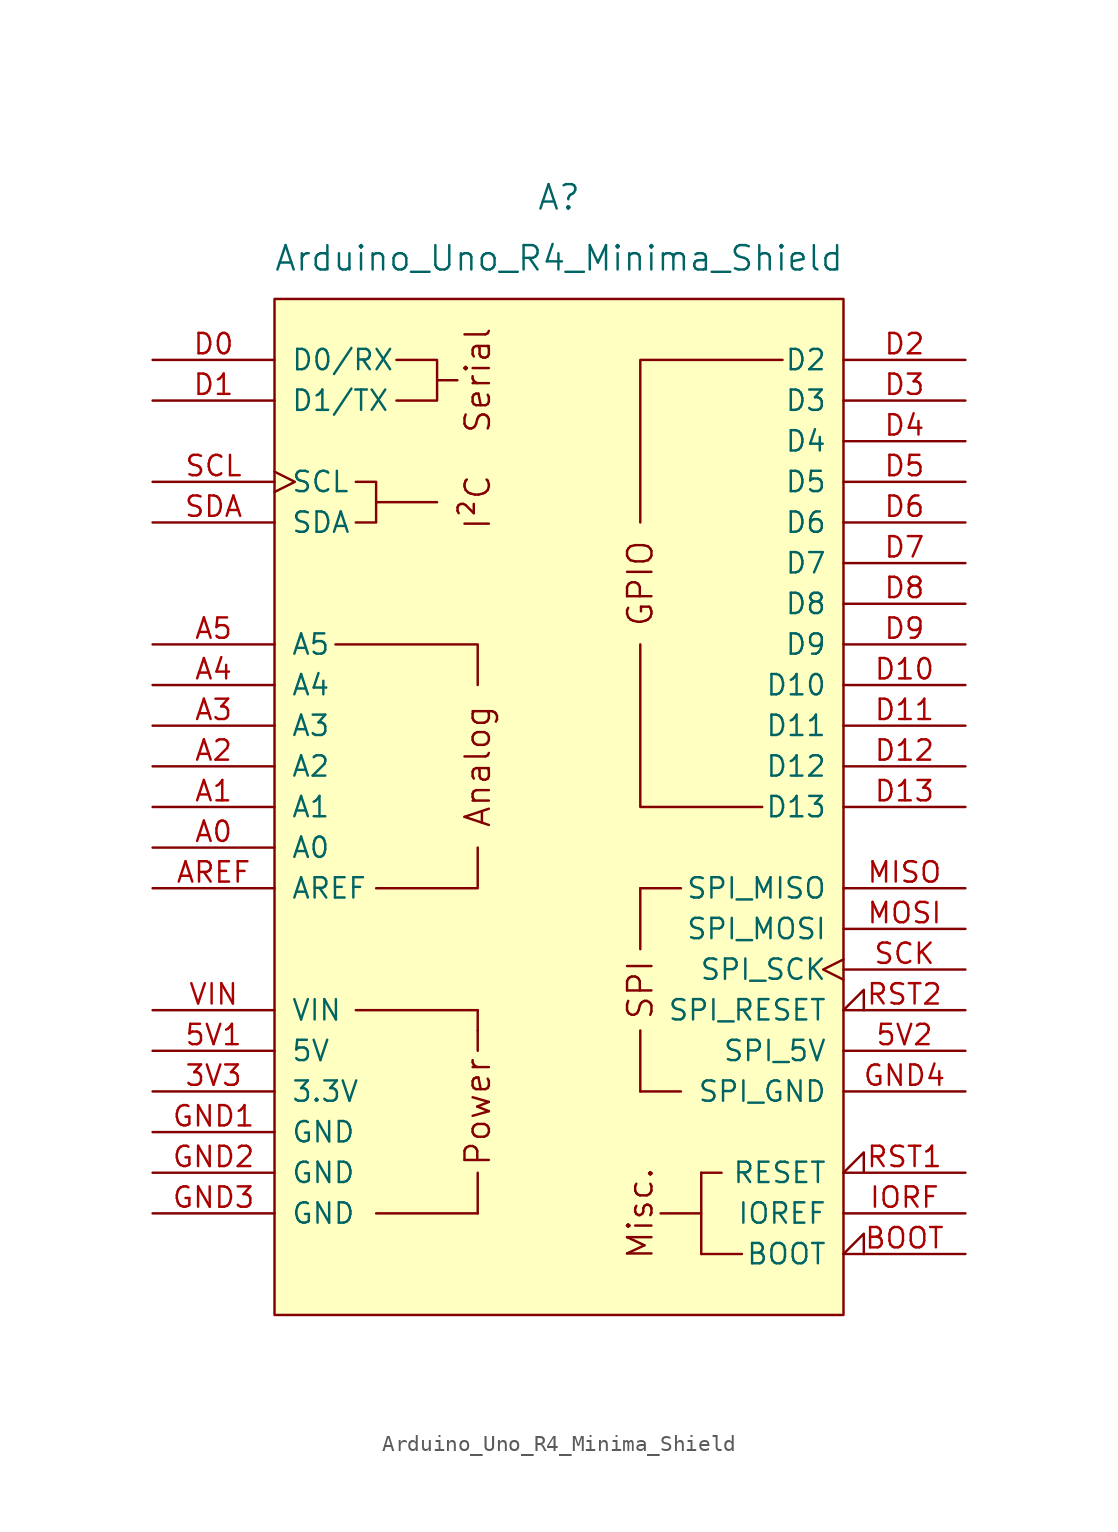
<source format=kicad_sym>
(kicad_symbol_lib
  (version 20231120)
  (generator "kicad_symbol_editor")
  (generator_version "8.0")
  (symbol "Arduino_Uno_R4_Minima_Shield"
    (pin_names
      (offset 1.016))
    (property "Reference" "A"
      (at 0 38.1 0)
      (effects (font (size 1.524 1.524))))
    (property "Value" "Arduino_Uno_R4_Minima_Shield"
      (at 0 34.29 0)
      (effects (font (size 1.524 1.524))))
    (symbol "Arduino_Uno_R4_Minima_Shield_0_0"
      (rectangle (start -17.78 31.75) (end 17.78 -31.75) (stroke (width 0) (type default)) (fill (type background)))
      (rectangle (start -12.7 -12.7) (end -5.08 -12.7) (stroke (width 0) (type default)) (fill (type none)))
      (rectangle (start -11.43 -25.4) (end -5.08 -25.4) (stroke (width 0) (type default)) (fill (type none)))
      (polyline (pts (xy -11.43 19.05) (xy -7.62 19.05)) (stroke (width 0) (type default)) (fill (type none)))
      (polyline (pts (xy -7.62 26.67) (xy -6.35 26.67)) (stroke (width 0) (type default)) (fill (type none)))
      (polyline (pts (xy -5.08 -25.4) (xy -5.08 -22.86)) (stroke (width 0) (type default)) (fill (type none)))
      (polyline (pts (xy -5.08 -13.97) (xy -5.08 -15.24)) (stroke (width 0) (type default)) (fill (type none)))
      (polyline (pts (xy -5.08 -12.7) (xy -5.08 -13.97)) (stroke (width 0) (type default)) (fill (type none)))
      (polyline (pts (xy -5.08 -2.54) (xy -5.08 -5.08) (xy -11.43 -5.08)) (stroke (width 0) (type default)) (fill (type none)))
      (polyline (pts (xy -5.08 7.62) (xy -5.08 10.16) (xy -13.97 10.16)) (stroke (width 0) (type default)) (fill (type none)))
      (polyline (pts (xy 5.08 10.16) (xy 5.08 0) (xy 12.7 0)) (stroke (width 0) (type default)) (fill (type none)))
      (polyline (pts (xy 5.08 17.78) (xy 5.08 27.94) (xy 13.97 27.94)) (stroke (width 0) (type default)) (fill (type none)))
      (polyline (pts (xy -12.7 20.32) (xy -11.43 20.32) (xy -11.43 17.78) (xy -12.7 17.78)) (stroke (width 0) (type default)) (fill (type none)))
      (polyline (pts (xy -10.16 27.94) (xy -7.62 27.94) (xy -7.62 25.4) (xy -10.16 25.4)) (stroke (width 0) (type default)) (fill (type none)))
      (rectangle (start 5.08 -17.78) (end 5.08 -13.97) (stroke (width 0) (type default)) (fill (type none)))
      (rectangle (start 5.08 -17.78) (end 7.62 -17.78) (stroke (width 0) (type default)) (fill (type none)))
      (rectangle (start 5.08 -8.89) (end 5.08 -5.08) (stroke (width 0) (type default)) (fill (type none)))
      (rectangle (start 7.62 -5.08) (end 5.08 -5.08) (stroke (width 0) (type default)) (fill (type none)))
      (rectangle (start 8.89 -27.94) (end 11.43 -27.94) (stroke (width 0) (type default)) (fill (type none)))
      (rectangle (start 8.89 -25.4) (end 6.35 -25.4) (stroke (width 0) (type default)) (fill (type none)))
      (rectangle (start 8.89 -22.86) (end 8.89 -27.94) (stroke (width 0) (type default)) (fill (type none)))
      (rectangle (start 10.16 -22.86) (end 8.89 -22.86) (stroke (width 0) (type default)) (fill (type none)))
      (text "Analog" (at -5.08 2.54 900) (effects (font (size 1.524 1.524))))
      (text "I²C" (at -5.08 19.05 900) (effects (font (size 1.524 1.524))))
      (text "Misc." (at 5.08 -25.4 900) (effects (font (size 1.524 1.524))))
      (text "Power" (at -5.08 -19.05 900) (effects (font (size 1.524 1.524))))
      (text "Serial" (at -5.08 26.67 900) (effects (font (size 1.524 1.524))))
      (text "SPI" (at 5.08 -11.43 900) (effects (font (size 1.524 1.524)))))
    (symbol "Arduino_Uno_R4_Minima_Shield_1_0"
      (text "GPIO" (at 5.08 13.97 900) (effects (font (size 1.524 1.524)))))
    (symbol "Arduino_Uno_R4_Minima_Shield_1_1"
      (pin power_out line (at -25.4 -17.78 0) (length 7.62) (name "3.3V" (effects (font (size 1.27 1.27)))) (number "3V3" (effects (font (size 1.27 1.27)))))
      (pin power_in line (at -25.4 -15.24 0) (length 7.62) (name "5V" (effects (font (size 1.27 1.27)))) (number "5V1" (effects (font (size 1.27 1.27)))))
      (pin power_in line (at 25.4 -15.24 180) (length 7.62) (name "SPI_5V" (effects (font (size 1.27 1.27)))) (number "5V2" (effects (font (size 1.27 1.27)))))
      (pin bidirectional line (at -25.4 -2.54 0) (length 7.62) (name "A0" (effects (font (size 1.27 1.27)))) (number "A0" (effects (font (size 1.27 1.27)))))
      (pin bidirectional line (at -25.4 0 0) (length 7.62) (name "A1" (effects (font (size 1.27 1.27)))) (number "A1" (effects (font (size 1.27 1.27)))))
      (pin bidirectional line (at -25.4 2.54 0) (length 7.62) (name "A2" (effects (font (size 1.27 1.27)))) (number "A2" (effects (font (size 1.27 1.27)))))
      (pin bidirectional line (at -25.4 5.08 0) (length 7.62) (name "A3" (effects (font (size 1.27 1.27)))) (number "A3" (effects (font (size 1.27 1.27)))))
      (pin bidirectional line (at -25.4 7.62 0) (length 7.62) (name "A4" (effects (font (size 1.27 1.27)))) (number "A4" (effects (font (size 1.27 1.27)))))
      (pin bidirectional line (at -25.4 10.16 0) (length 7.62) (name "A5" (effects (font (size 1.27 1.27)))) (number "A5" (effects (font (size 1.27 1.27)))))
      (pin input line (at -25.4 -5.08 0) (length 7.62) (name "AREF" (effects (font (size 1.27 1.27)))) (number "AREF" (effects (font (size 1.27 1.27)))))
      (pin input input_low (at 25.4 -27.94 180) (length 7.62) (name "BOOT" (effects (font (size 1.27 1.27)))) (number "BOOT" (effects (font (size 1.27 1.27)))))
      (pin bidirectional line (at -25.4 27.94 0) (length 7.62) (name "D0/RX" (effects (font (size 1.27 1.27)))) (number "D0" (effects (font (size 1.27 1.27)))))
      (pin bidirectional line (at -25.4 25.4 0) (length 7.62) (name "D1/TX" (effects (font (size 1.27 1.27)))) (number "D1" (effects (font (size 1.27 1.27)))))
      (pin bidirectional line (at 25.4 7.62 180) (length 7.62) (name "D10" (effects (font (size 1.27 1.27)))) (number "D10" (effects (font (size 1.27 1.27)))))
      (pin bidirectional line (at 25.4 5.08 180) (length 7.62) (name "D11" (effects (font (size 1.27 1.27)))) (number "D11" (effects (font (size 1.27 1.27)))))
      (pin bidirectional line (at 25.4 2.54 180) (length 7.62) (name "D12" (effects (font (size 1.27 1.27)))) (number "D12" (effects (font (size 1.27 1.27)))))
      (pin bidirectional line (at 25.4 0 180) (length 7.62) (name "D13" (effects (font (size 1.27 1.27)))) (number "D13" (effects (font (size 1.27 1.27)))))
      (pin bidirectional line (at 25.4 27.94 180) (length 7.62) (name "D2" (effects (font (size 1.27 1.27)))) (number "D2" (effects (font (size 1.27 1.27)))))
      (pin bidirectional line (at 25.4 25.4 180) (length 7.62) (name "D3" (effects (font (size 1.27 1.27)))) (number "D3" (effects (font (size 1.27 1.27)))))
      (pin bidirectional line (at 25.4 22.86 180) (length 7.62) (name "D4" (effects (font (size 1.27 1.27)))) (number "D4" (effects (font (size 1.27 1.27)))))
      (pin bidirectional line (at 25.4 20.32 180) (length 7.62) (name "D5" (effects (font (size 1.27 1.27)))) (number "D5" (effects (font (size 1.27 1.27)))))
      (pin bidirectional line (at 25.4 17.78 180) (length 7.62) (name "D6" (effects (font (size 1.27 1.27)))) (number "D6" (effects (font (size 1.27 1.27)))))
      (pin bidirectional line (at 25.4 15.24 180) (length 7.62) (name "D7" (effects (font (size 1.27 1.27)))) (number "D7" (effects (font (size 1.27 1.27)))))
      (pin bidirectional line (at 25.4 12.7 180) (length 7.62) (name "D8" (effects (font (size 1.27 1.27)))) (number "D8" (effects (font (size 1.27 1.27)))))
      (pin bidirectional line (at 25.4 10.16 180) (length 7.62) (name "D9" (effects (font (size 1.27 1.27)))) (number "D9" (effects (font (size 1.27 1.27)))))
      (pin power_in line (at -25.4 -20.32 0) (length 7.62) (name "GND" (effects (font (size 1.27 1.27)))) (number "GND1" (effects (font (size 1.27 1.27)))))
      (pin power_in line (at -25.4 -22.86 0) (length 7.62) (name "GND" (effects (font (size 1.27 1.27)))) (number "GND2" (effects (font (size 1.27 1.27)))))
      (pin power_in line (at -25.4 -25.4 0) (length 7.62) (name "GND" (effects (font (size 1.27 1.27)))) (number "GND3" (effects (font (size 1.27 1.27)))))
      (pin power_in line (at 25.4 -17.78 180) (length 7.62) (name "SPI_GND" (effects (font (size 1.27 1.27)))) (number "GND4" (effects (font (size 1.27 1.27)))))
      (pin output line (at 25.4 -25.4 180) (length 7.62) (name "IOREF" (effects (font (size 1.27 1.27)))) (number "IORF" (effects (font (size 1.27 1.27)))))
      (pin input line (at 25.4 -5.08 180) (length 7.62) (name "SPI_MISO" (effects (font (size 1.27 1.27)))) (number "MISO" (effects (font (size 1.27 1.27)))))
      (pin output line (at 25.4 -7.62 180) (length 7.62) (name "SPI_MOSI" (effects (font (size 1.27 1.27)))) (number "MOSI" (effects (font (size 1.27 1.27)))))
      (pin open_collector input_low (at 25.4 -22.86 180) (length 7.62) (name "RESET" (effects (font (size 1.27 1.27)))) (number "RST1" (effects (font (size 1.27 1.27)))))
      (pin open_collector input_low (at 25.4 -12.7 180) (length 7.62) (name "SPI_RESET" (effects (font (size 1.27 1.27)))) (number "RST2" (effects (font (size 1.27 1.27)))))
      (pin output clock (at 25.4 -10.16 180) (length 7.62) (name "SPI_SCK" (effects (font (size 1.27 1.27)))) (number "SCK" (effects (font (size 1.27 1.27)))))
      (pin bidirectional clock (at -25.4 20.32 0) (length 7.62) (name "SCL" (effects (font (size 1.27 1.27)))) (number "SCL" (effects (font (size 1.27 1.27)))))
      (pin bidirectional line (at -25.4 17.78 0) (length 7.62) (name "SDA" (effects (font (size 1.27 1.27)))) (number "SDA" (effects (font (size 1.27 1.27)))))
      (pin power_in line (at -25.4 -12.7 0) (length 7.62) (name "VIN" (effects (font (size 1.27 1.27)))) (number "VIN" (effects (font (size 1.27 1.27))))))))
</source>
